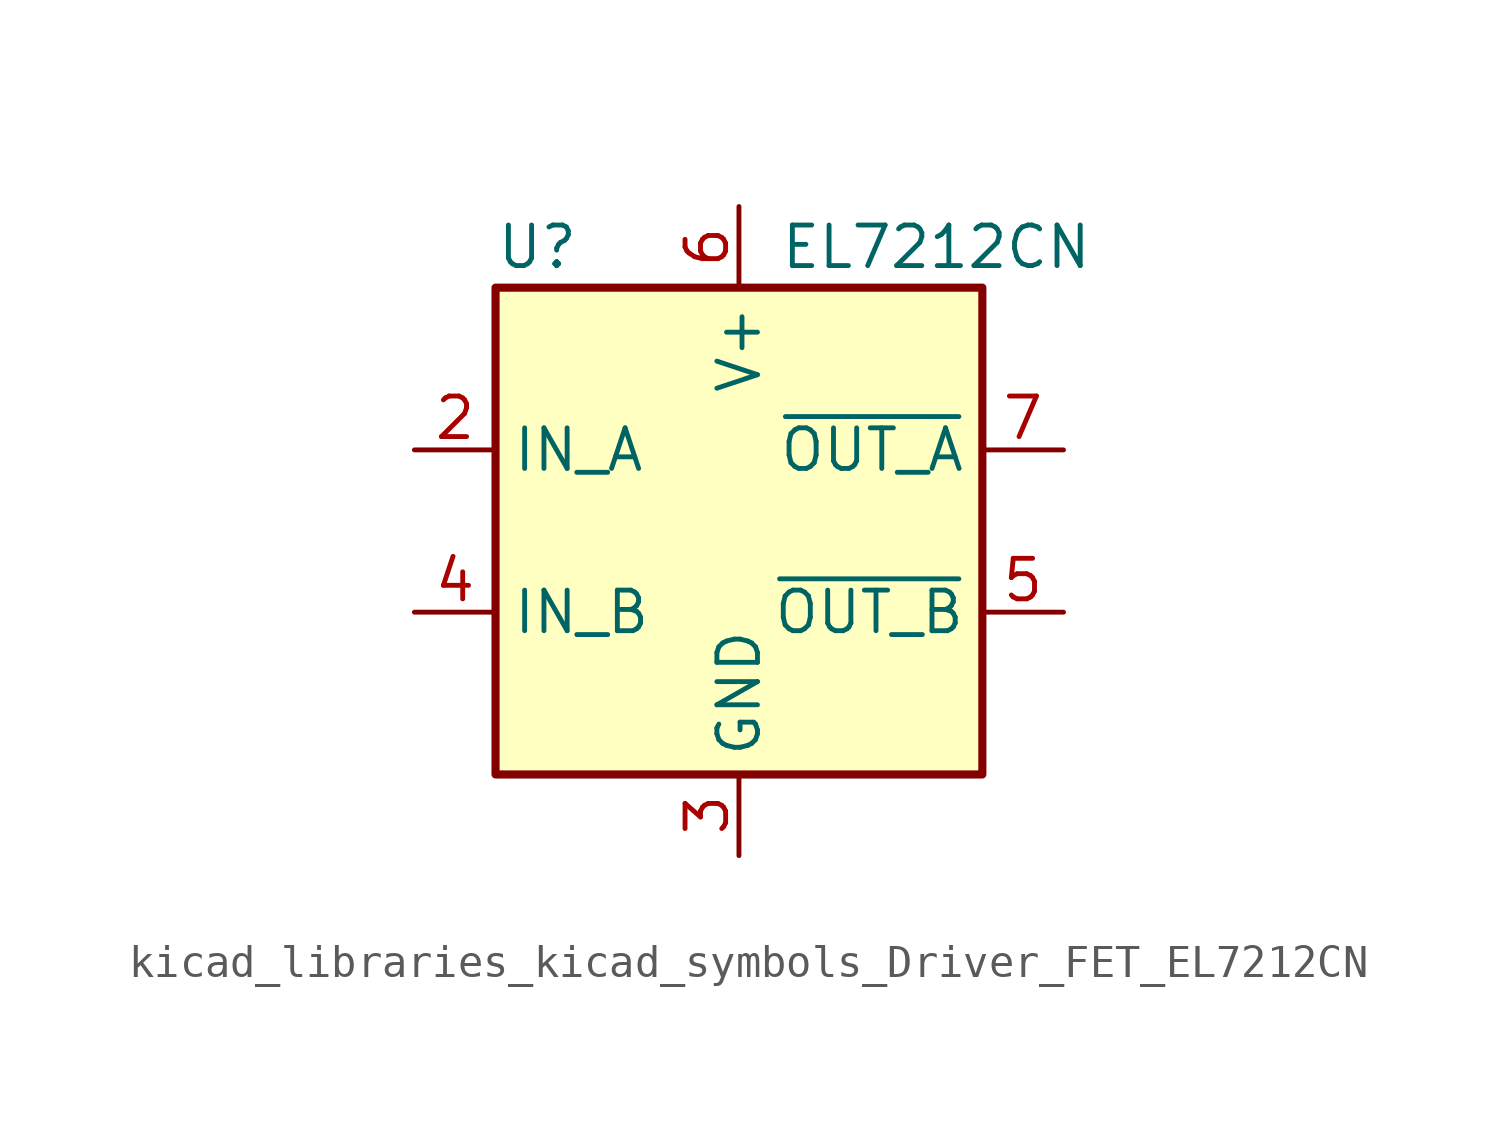
<source format=kicad_sym>
(kicad_symbol_lib
  (version 20220914)
  (generator kicad_symbol_editor)
  (symbol "kicad_libraries_kicad_symbols_Driver_FET_EL7212CN"
    (property "Reference" "U"
      (at -7.62 8.89 0)
      (effects (font (size 1.27 1.27)) (justify left)))
    (property "Value" "EL7212CN"
      (at 1.27 8.89 0)
      (effects (font (size 1.27 1.27)) (justify left)))
    (symbol "kicad_libraries_kicad_symbols_Driver_FET_EL7212CN_0_1"
      (rectangle (start -7.62 -7.62) (end 7.62 7.62) (stroke (width 0.254) (type default)) (fill (type background))))
    (symbol "kicad_libraries_kicad_symbols_Driver_FET_EL7212CN_1_1"
      (pin no_connect line (at -7.62 0 0) (length 2.54) hide (name "NC" (effects (font (size 1.27 1.27)))) (number "1" (effects (font (size 1.27 1.27)))))
      (pin input line (at -10.16 2.54 0) (length 2.54) (name "IN_A" (effects (font (size 1.27 1.27)))) (number "2" (effects (font (size 1.27 1.27)))))
      (pin power_in line (at 0 -10.16 90) (length 2.54) (name "GND" (effects (font (size 1.27 1.27)))) (number "3" (effects (font (size 1.27 1.27)))))
      (pin input line (at -10.16 -2.54 0) (length 2.54) (name "IN_B" (effects (font (size 1.27 1.27)))) (number "4" (effects (font (size 1.27 1.27)))))
      (pin output line (at 10.16 -2.54 180) (length 2.54) (name "~{OUT_B}" (effects (font (size 1.27 1.27)))) (number "5" (effects (font (size 1.27 1.27)))))
      (pin power_in line (at 0 10.16 270) (length 2.54) (name "V+" (effects (font (size 1.27 1.27)))) (number "6" (effects (font (size 1.27 1.27)))))
      (pin output line (at 10.16 2.54 180) (length 2.54) (name "~{OUT_A}" (effects (font (size 1.27 1.27)))) (number "7" (effects (font (size 1.27 1.27)))))
      (pin no_connect line (at 7.62 0 180) (length 2.54) hide (name "NC" (effects (font (size 1.27 1.27)))) (number "8" (effects (font (size 1.27 1.27))))))))
</source>
